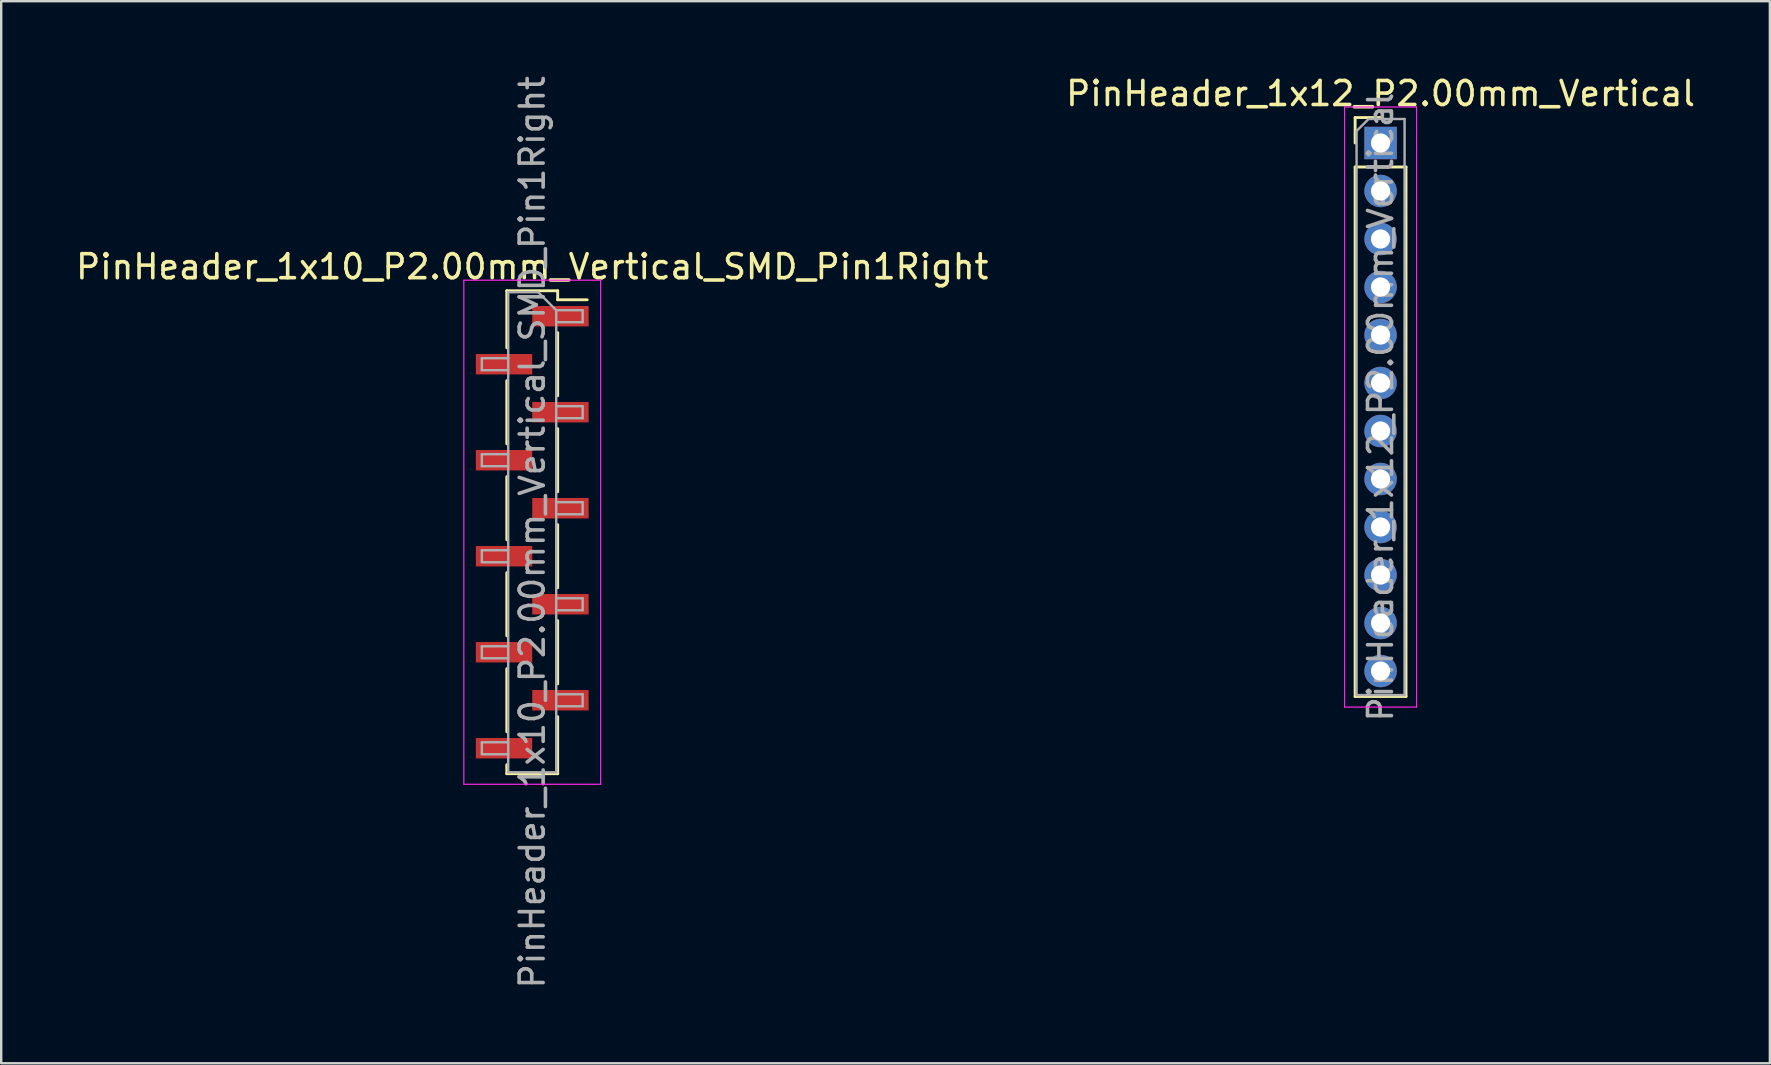
<source format=kicad_pcb>
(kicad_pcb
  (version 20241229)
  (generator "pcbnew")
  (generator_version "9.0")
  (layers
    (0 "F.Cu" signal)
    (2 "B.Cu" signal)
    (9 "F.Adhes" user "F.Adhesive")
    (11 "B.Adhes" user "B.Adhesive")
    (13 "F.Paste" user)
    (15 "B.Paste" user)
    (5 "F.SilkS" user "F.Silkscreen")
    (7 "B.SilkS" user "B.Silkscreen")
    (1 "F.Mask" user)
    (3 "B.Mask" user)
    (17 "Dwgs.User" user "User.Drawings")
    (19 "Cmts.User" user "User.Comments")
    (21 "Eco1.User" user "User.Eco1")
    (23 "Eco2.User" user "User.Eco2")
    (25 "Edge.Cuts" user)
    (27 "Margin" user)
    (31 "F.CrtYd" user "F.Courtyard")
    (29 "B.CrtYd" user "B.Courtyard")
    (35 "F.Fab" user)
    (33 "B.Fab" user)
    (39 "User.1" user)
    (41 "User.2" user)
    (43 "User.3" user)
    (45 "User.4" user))
  (footprint "PinHeader_1x10_P2.00mm_Vertical_SMD_Pin1Right"
    (layer "F.Cu")
    (at 19.125 19.125)
    (property "Reference" "PinHeader_1x10_P2.00mm_Vertical_SMD_Pin1Right" (at 0 -11.06 0) (layer "F.SilkS") (effects (font (size 1 1) (thickness 0.15))))
    (attr smd)
    (fp_line (start -1.06 -10.06) (end -1.06 -7.685) (stroke (width 0.12) (type solid)) (layer "F.SilkS"))
    (fp_line (start -1.06 -10.06) (end 1.06 -10.06) (stroke (width 0.12) (type solid)) (layer "F.SilkS"))
    (fp_line (start -1.06 -6.315) (end -1.06 -3.685) (stroke (width 0.12) (type solid)) (layer "F.SilkS"))
    (fp_line (start -1.06 -2.315) (end -1.06 0.315) (stroke (width 0.12) (type solid)) (layer "F.SilkS"))
    (fp_line (start -1.06 1.685) (end -1.06 4.315) (stroke (width 0.12) (type solid)) (layer "F.SilkS"))
    (fp_line (start -1.06 5.685) (end -1.06 8.315) (stroke (width 0.12) (type solid)) (layer "F.SilkS"))
    (fp_line (start -1.06 9.685) (end -1.06 10.06) (stroke (width 0.12) (type solid)) (layer "F.SilkS"))
    (fp_line (start -1.06 10.06) (end 1.06 10.06) (stroke (width 0.12) (type solid)) (layer "F.SilkS"))
    (fp_line (start 1.06 -10.06) (end 1.06 -9.685) (stroke (width 0.12) (type solid)) (layer "F.SilkS"))
    (fp_line (start 1.06 -9.685) (end 2.29 -9.685) (stroke (width 0.12) (type solid)) (layer "F.SilkS"))
    (fp_line (start 1.06 -8.315) (end 1.06 -5.685) (stroke (width 0.12) (type solid)) (layer "F.SilkS"))
    (fp_line (start 1.06 -4.315) (end 1.06 -1.685) (stroke (width 0.12) (type solid)) (layer "F.SilkS"))
    (fp_line (start 1.06 -0.315) (end 1.06 2.315) (stroke (width 0.12) (type solid)) (layer "F.SilkS"))
    (fp_line (start 1.06 3.685) (end 1.06 6.315) (stroke (width 0.12) (type solid)) (layer "F.SilkS"))
    (fp_line (start 1.06 7.685) (end 1.06 10.06) (stroke (width 0.12) (type solid)) (layer "F.SilkS"))
    (fp_line (start -2.85 -10.5) (end -2.85 10.5) (stroke (width 0.05) (type solid)) (layer "F.CrtYd"))
    (fp_line (start -2.85 10.5) (end 2.85 10.5) (stroke (width 0.05) (type solid)) (layer "F.CrtYd"))
    (fp_line (start 2.85 -10.5) (end -2.85 -10.5) (stroke (width 0.05) (type solid)) (layer "F.CrtYd"))
    (fp_line (start 2.85 10.5) (end 2.85 -10.5) (stroke (width 0.05) (type solid)) (layer "F.CrtYd"))
    (fp_line (start -2.1 -7.25) (end -2.1 -6.75) (stroke (width 0.1) (type solid)) (layer "F.Fab"))
    (fp_line (start -2.1 -6.75) (end -1 -6.75) (stroke (width 0.1) (type solid)) (layer "F.Fab"))
    (fp_line (start -2.1 -3.25) (end -2.1 -2.75) (stroke (width 0.1) (type solid)) (layer "F.Fab"))
    (fp_line (start -2.1 -2.75) (end -1 -2.75) (stroke (width 0.1) (type solid)) (layer "F.Fab"))
    (fp_line (start -2.1 0.75) (end -2.1 1.25) (stroke (width 0.1) (type solid)) (layer "F.Fab"))
    (fp_line (start -2.1 1.25) (end -1 1.25) (stroke (width 0.1) (type solid)) (layer "F.Fab"))
    (fp_line (start -2.1 4.75) (end -2.1 5.25) (stroke (width 0.1) (type solid)) (layer "F.Fab"))
    (fp_line (start -2.1 5.25) (end -1 5.25) (stroke (width 0.1) (type solid)) (layer "F.Fab"))
    (fp_line (start -2.1 8.75) (end -2.1 9.25) (stroke (width 0.1) (type solid)) (layer "F.Fab"))
    (fp_line (start -2.1 9.25) (end -1 9.25) (stroke (width 0.1) (type solid)) (layer "F.Fab"))
    (fp_line (start -1 -10) (end -1 10) (stroke (width 0.1) (type solid)) (layer "F.Fab"))
    (fp_line (start -1 -10) (end 0.25 -10) (stroke (width 0.1) (type solid)) (layer "F.Fab"))
    (fp_line (start -1 -7.25) (end -2.1 -7.25) (stroke (width 0.1) (type solid)) (layer "F.Fab"))
    (fp_line (start -1 -3.25) (end -2.1 -3.25) (stroke (width 0.1) (type solid)) (layer "F.Fab"))
    (fp_line (start -1 0.75) (end -2.1 0.75) (stroke (width 0.1) (type solid)) (layer "F.Fab"))
    (fp_line (start -1 4.75) (end -2.1 4.75) (stroke (width 0.1) (type solid)) (layer "F.Fab"))
    (fp_line (start -1 8.75) (end -2.1 8.75) (stroke (width 0.1) (type solid)) (layer "F.Fab"))
    (fp_line (start 1 -9.25) (end 0.25 -10) (stroke (width 0.1) (type solid)) (layer "F.Fab"))
    (fp_line (start 1 -9.25) (end 2.1 -9.25) (stroke (width 0.1) (type solid)) (layer "F.Fab"))
    (fp_line (start 1 -5.25) (end 2.1 -5.25) (stroke (width 0.1) (type solid)) (layer "F.Fab"))
    (fp_line (start 1 -1.25) (end 2.1 -1.25) (stroke (width 0.1) (type solid)) (layer "F.Fab"))
    (fp_line (start 1 2.75) (end 2.1 2.75) (stroke (width 0.1) (type solid)) (layer "F.Fab"))
    (fp_line (start 1 6.75) (end 2.1 6.75) (stroke (width 0.1) (type solid)) (layer "F.Fab"))
    (fp_line (start 1 10) (end -1 10) (stroke (width 0.1) (type solid)) (layer "F.Fab"))
    (fp_line (start 1 10) (end 1 -9.25) (stroke (width 0.1) (type solid)) (layer "F.Fab"))
    (fp_line (start 2.1 -9.25) (end 2.1 -8.75) (stroke (width 0.1) (type solid)) (layer "F.Fab"))
    (fp_line (start 2.1 -8.75) (end 1 -8.75) (stroke (width 0.1) (type solid)) (layer "F.Fab"))
    (fp_line (start 2.1 -5.25) (end 2.1 -4.75) (stroke (width 0.1) (type solid)) (layer "F.Fab"))
    (fp_line (start 2.1 -4.75) (end 1 -4.75) (stroke (width 0.1) (type solid)) (layer "F.Fab"))
    (fp_line (start 2.1 -1.25) (end 2.1 -0.75) (stroke (width 0.1) (type solid)) (layer "F.Fab"))
    (fp_line (start 2.1 -0.75) (end 1 -0.75) (stroke (width 0.1) (type solid)) (layer "F.Fab"))
    (fp_line (start 2.1 2.75) (end 2.1 3.25) (stroke (width 0.1) (type solid)) (layer "F.Fab"))
    (fp_line (start 2.1 3.25) (end 1 3.25) (stroke (width 0.1) (type solid)) (layer "F.Fab"))
    (fp_line (start 2.1 6.75) (end 2.1 7.25) (stroke (width 0.1) (type solid)) (layer "F.Fab"))
    (fp_line (start 2.1 7.25) (end 1 7.25) (stroke (width 0.1) (type solid)) (layer "F.Fab"))
    (fp_text user "${REFERENCE}" (at 0 0 90) (layer "F.Fab") (effects (font (size 1 1) (thickness 0.15))))
    (pad "1" smd rect (at 1.175 -9) (size 2.35 0.85) (layers "F.Cu" "F.Mask" "F.Paste"))
    (pad "2" smd rect (at -1.175 -7) (size 2.35 0.85) (layers "F.Cu" "F.Mask" "F.Paste"))
    (pad "3" smd rect (at 1.175 -5) (size 2.35 0.85) (layers "F.Cu" "F.Mask" "F.Paste"))
    (pad "4" smd rect (at -1.175 -3) (size 2.35 0.85) (layers "F.Cu" "F.Mask" "F.Paste"))
    (pad "5" smd rect (at 1.175 -1) (size 2.35 0.85) (layers "F.Cu" "F.Mask" "F.Paste"))
    (pad "6" smd rect (at -1.175 1) (size 2.35 0.85) (layers "F.Cu" "F.Mask" "F.Paste"))
    (pad "7" smd rect (at 1.175 3) (size 2.35 0.85) (layers "F.Cu" "F.Mask" "F.Paste"))
    (pad "8" smd rect (at -1.175 5) (size 2.35 0.85) (layers "F.Cu" "F.Mask" "F.Paste"))
    (pad "9" smd rect (at 1.175 7) (size 2.35 0.85) (layers "F.Cu" "F.Mask" "F.Paste"))
    (pad "10" smd rect (at -1.175 9) (size 2.35 0.85) (layers "F.Cu" "F.Mask" "F.Paste")))
  (footprint "PinHeader_1x12_P2.00mm_Vertical"
    (layer "F.Cu")
    (at 54.47 2.908)
    (property "Reference" "PinHeader_1x12_P2.00mm_Vertical" (at 0 -2.06 0) (layer "F.SilkS") (effects (font (size 1 1) (thickness 0.15))))
    (attr through_hole)
    (fp_line (start -1.06 -1.06) (end 0 -1.06) (stroke (width 0.12) (type solid)) (layer "F.SilkS"))
    (fp_line (start -1.06 0) (end -1.06 -1.06) (stroke (width 0.12) (type solid)) (layer "F.SilkS"))
    (fp_line (start -1.06 1) (end -1.06 23.06) (stroke (width 0.12) (type solid)) (layer "F.SilkS"))
    (fp_line (start -1.06 1) (end 1.06 1) (stroke (width 0.12) (type solid)) (layer "F.SilkS"))
    (fp_line (start -1.06 23.06) (end 1.06 23.06) (stroke (width 0.12) (type solid)) (layer "F.SilkS"))
    (fp_line (start 1.06 1) (end 1.06 23.06) (stroke (width 0.12) (type solid)) (layer "F.SilkS"))
    (fp_line (start -1.5 -1.5) (end -1.5 23.5) (stroke (width 0.05) (type solid)) (layer "F.CrtYd"))
    (fp_line (start -1.5 23.5) (end 1.5 23.5) (stroke (width 0.05) (type solid)) (layer "F.CrtYd"))
    (fp_line (start 1.5 -1.5) (end -1.5 -1.5) (stroke (width 0.05) (type solid)) (layer "F.CrtYd"))
    (fp_line (start 1.5 23.5) (end 1.5 -1.5) (stroke (width 0.05) (type solid)) (layer "F.CrtYd"))
    (fp_line (start -1 -0.5) (end -0.5 -1) (stroke (width 0.1) (type solid)) (layer "F.Fab"))
    (fp_line (start -1 23) (end -1 -0.5) (stroke (width 0.1) (type solid)) (layer "F.Fab"))
    (fp_line (start -0.5 -1) (end 1 -1) (stroke (width 0.1) (type solid)) (layer "F.Fab"))
    (fp_line (start 1 -1) (end 1 23) (stroke (width 0.1) (type solid)) (layer "F.Fab"))
    (fp_line (start 1 23) (end -1 23) (stroke (width 0.1) (type solid)) (layer "F.Fab"))
    (fp_text user "${REFERENCE}" (at 0 11 90) (layer "F.Fab") (effects (font (size 1 1) (thickness 0.15))))
    (pad "1" thru_hole rect (at 0 0) (size 1.35 1.35) (drill 0.8) (layers "*.Cu" "*.Mask"))
    (pad "2" thru_hole oval (at 0 2) (size 1.35 1.35) (drill 0.8) (layers "*.Cu" "*.Mask"))
    (pad "3" thru_hole oval (at 0 4) (size 1.35 1.35) (drill 0.8) (layers "*.Cu" "*.Mask"))
    (pad "4" thru_hole oval (at 0 6) (size 1.35 1.35) (drill 0.8) (layers "*.Cu" "*.Mask"))
    (pad "5" thru_hole oval (at 0 8) (size 1.35 1.35) (drill 0.8) (layers "*.Cu" "*.Mask"))
    (pad "6" thru_hole oval (at 0 10) (size 1.35 1.35) (drill 0.8) (layers "*.Cu" "*.Mask"))
    (pad "7" thru_hole oval (at 0 12) (size 1.35 1.35) (drill 0.8) (layers "*.Cu" "*.Mask"))
    (pad "8" thru_hole oval (at 0 14) (size 1.35 1.35) (drill 0.8) (layers "*.Cu" "*.Mask"))
    (pad "9" thru_hole oval (at 0 16) (size 1.35 1.35) (drill 0.8) (layers "*.Cu" "*.Mask"))
    (pad "10" thru_hole oval (at 0 18) (size 1.35 1.35) (drill 0.8) (layers "*.Cu" "*.Mask"))
    (pad "11" thru_hole oval (at 0 20) (size 1.35 1.35) (drill 0.8) (layers "*.Cu" "*.Mask"))
    (pad "12" thru_hole oval (at 0 22) (size 1.35 1.35) (drill 0.8) (layers "*.Cu" "*.Mask")))
  (gr_rect
    (start -3 -3)
    (end 70.69 41.25)
    (stroke (width 0.1) (type default))
    (fill no)
    (layer "Edge.Cuts")))
</source>
